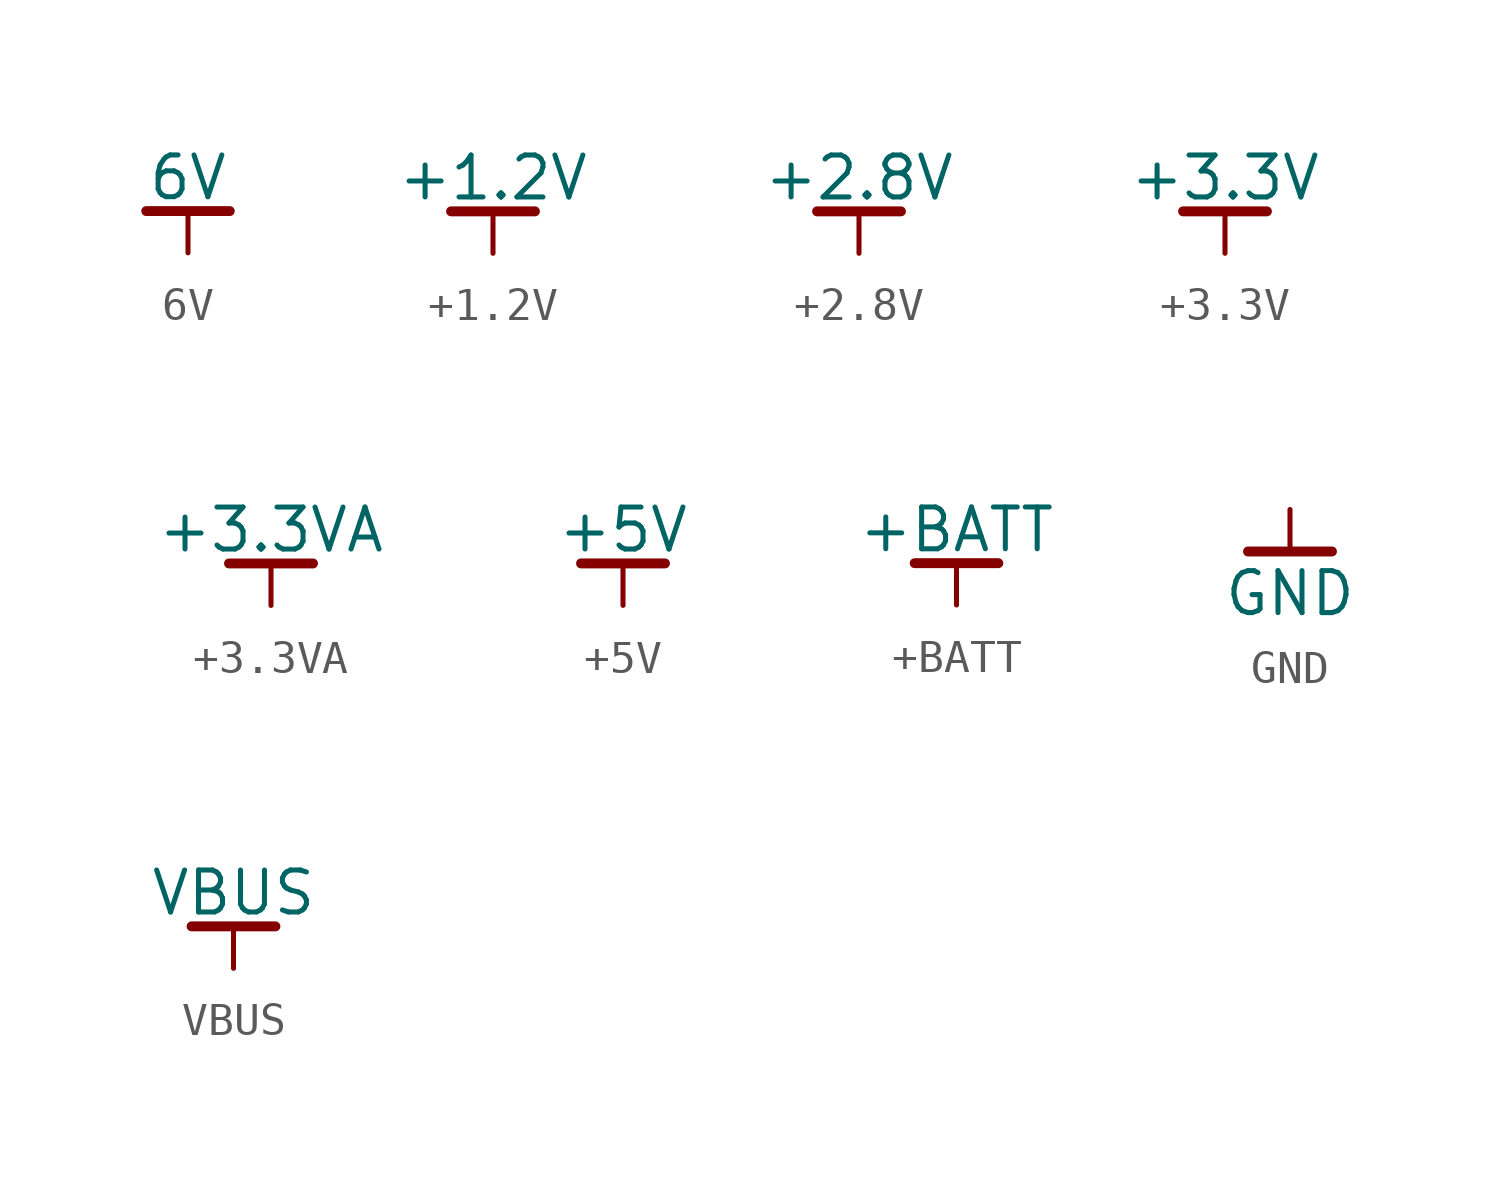
<source format=kicad_sym>
(kicad_symbol_lib
  (version 20220914)
  (generator kicad_symbol_editor)
  (symbol "6V"
    (power)
    (pin_names
      (offset 0))
    (property "Reference" "#PWR"
      (at 0 -5.08 0)
      (effects (font (size 1.27 1.27)) hide))
    (property "Value" "6V"
      (at 0 2.286 0)
      (effects (font (size 1.27 1.27))))
    (symbol "6V_0_1"
      (polyline (pts (xy 0 1.27) (xy 0 0)) (stroke (width 0) (type default)) (fill (type none))))
    (symbol "6V_1_1"
      (polyline (pts (xy 1.27 1.27) (xy -1.27 1.27)) (stroke (width 0.3) (type default)) (fill (type none)))
      (pin power_in line (at 0 0 90) (length 0) hide (name "+6V" (effects (font (size 1.27 1.27)))) (number "1" (effects (font (size 1.27 1.27)))))))
  (symbol "+1.2V"
    (power)
    (pin_names
      (offset 0))
    (property "Reference" "#PWR"
      (at 0 -5.08 0)
      (effects (font (size 1.27 1.27)) hide))
    (property "Value" "+1.2V"
      (at 0 2.286 0)
      (effects (font (size 1.27 1.27))))
    (symbol "+1.2V_0_1"
      (polyline (pts (xy 0 1.27) (xy 0 0)) (stroke (width 0) (type default)) (fill (type none))))
    (symbol "+1.2V_1_1"
      (polyline (pts (xy 1.27 1.27) (xy -1.27 1.27)) (stroke (width 0.3) (type default)) (fill (type none)))
      (pin power_in line (at 0 0 90) (length 0) hide (name "+1.2V" (effects (font (size 1.27 1.27)))) (number "1" (effects (font (size 1.27 1.27)))))))
  (symbol "+2.8V"
    (power)
    (pin_names
      (offset 0))
    (property "Reference" "#PWR"
      (at 0 -5.08 0)
      (effects (font (size 1.27 1.27)) hide))
    (property "Value" "+2.8V"
      (at 0 2.286 0)
      (effects (font (size 1.27 1.27))))
    (symbol "+2.8V_0_1"
      (polyline (pts (xy 0 1.27) (xy 0 0)) (stroke (width 0) (type default)) (fill (type none))))
    (symbol "+2.8V_1_1"
      (polyline (pts (xy 1.27 1.27) (xy -1.27 1.27)) (stroke (width 0.3) (type default)) (fill (type none)))
      (pin power_in line (at 0 0 90) (length 0) hide (name "+2.8V" (effects (font (size 1.27 1.27)))) (number "1" (effects (font (size 1.27 1.27)))))))
  (symbol "+3.3V"
    (power)
    (pin_names
      (offset 0))
    (property "Reference" "#PWR"
      (at 0 -5.08 0)
      (effects (font (size 1.27 1.27)) hide))
    (property "Value" "+3.3V"
      (at 0 2.286 0)
      (effects (font (size 1.27 1.27))))
    (symbol "+3.3V_0_1"
      (polyline (pts (xy 0 1.27) (xy 0 0)) (stroke (width 0) (type default)) (fill (type none))))
    (symbol "+3.3V_1_1"
      (polyline (pts (xy 1.27 1.27) (xy -1.27 1.27)) (stroke (width 0.3) (type default)) (fill (type none)))
      (pin power_in line (at 0 0 90) (length 0) hide (name "+3.3V" (effects (font (size 1.27 1.27)))) (number "1" (effects (font (size 1.27 1.27)))))))
  (symbol "+3.3VA"
    (power)
    (pin_names
      (offset 0))
    (property "Reference" "#PWR"
      (at 0 -5.08 0)
      (effects (font (size 1.27 1.27)) hide))
    (property "Value" "+3.3VA"
      (at 0 2.286 0)
      (effects (font (size 1.27 1.27))))
    (symbol "+3.3VA_0_1"
      (polyline (pts (xy 0 1.27) (xy 0 0)) (stroke (width 0) (type default)) (fill (type none))))
    (symbol "+3.3VA_1_1"
      (polyline (pts (xy 1.27 1.27) (xy -1.27 1.27)) (stroke (width 0.3) (type default)) (fill (type none)))
      (pin power_in line (at 0 0 90) (length 0) hide (name "+3.3VA" (effects (font (size 1.27 1.27)))) (number "1" (effects (font (size 1.27 1.27)))))))
  (symbol "+5V"
    (power)
    (pin_names
      (offset 0))
    (property "Reference" "#PWR"
      (at 0 -5.08 0)
      (effects (font (size 1.27 1.27)) hide))
    (property "Value" "+5V"
      (at 0 2.286 0)
      (effects (font (size 1.27 1.27))))
    (symbol "+5V_0_1"
      (polyline (pts (xy 0 1.27) (xy 0 0)) (stroke (width 0) (type default)) (fill (type none))))
    (symbol "+5V_1_1"
      (polyline (pts (xy 1.27 1.27) (xy -1.27 1.27)) (stroke (width 0.3) (type default)) (fill (type none)))
      (pin power_in line (at 0 0 90) (length 0) hide (name "+5V" (effects (font (size 1.27 1.27)))) (number "1" (effects (font (size 1.27 1.27)))))))
  (symbol "+BATT"
    (power)
    (pin_names
      (offset 0))
    (property "Reference" "#PWR"
      (at 0 -5.08 0)
      (effects (font (size 1.27 1.27)) hide))
    (property "Value" "+BATT"
      (at 0 2.286 0)
      (effects (font (size 1.27 1.27))))
    (symbol "+BATT_0_1"
      (polyline (pts (xy 0 1.27) (xy 0 0)) (stroke (width 0) (type default)) (fill (type none))))
    (symbol "+BATT_1_1"
      (polyline (pts (xy 1.27 1.27) (xy -1.27 1.27)) (stroke (width 0.3) (type default)) (fill (type none)))
      (pin power_in line (at 0 0 90) (length 0) hide (name "+BATT" (effects (font (size 1.27 1.27)))) (number "1" (effects (font (size 1.27 1.27)))))))
  (symbol "GND"
    (power)
    (pin_names
      (offset 0))
    (property "Reference" "#PWR"
      (at 0 -3.81 0)
      (effects (font (size 1.27 1.27)) hide))
    (property "Value" "GND"
      (at 0 -2.54 0)
      (effects (font (size 1.27 1.27))))
    (symbol "GND_1_1"
      (polyline (pts (xy -1.27 -1.27) (xy 1.27 -1.27)) (stroke (width 0.3) (type default)) (fill (type none)))
      (polyline (pts (xy 0 0) (xy 0 -1.27)) (stroke (width 0) (type default)) (fill (type none)))
      (pin power_in line (at 0 0 270) (length 0) hide (name "GND" (effects (font (size 1.27 1.27)))) (number "1" (effects (font (size 1.27 1.27)))))))
  (symbol "VBUS"
    (power)
    (pin_names
      (offset 0))
    (property "Reference" "#PWR"
      (at 0 -5.08 0)
      (effects (font (size 1.27 1.27)) hide))
    (property "Value" "VBUS"
      (at 0 2.286 0)
      (effects (font (size 1.27 1.27))))
    (symbol "VBUS_0_1"
      (polyline (pts (xy 0 1.27) (xy 0 0)) (stroke (width 0) (type default)) (fill (type none))))
    (symbol "VBUS_1_1"
      (polyline (pts (xy 1.27 1.27) (xy -1.27 1.27)) (stroke (width 0.3) (type default)) (fill (type none)))
      (pin power_in line (at 0 0 90) (length 0) hide (name "VBUS" (effects (font (size 1.27 1.27)))) (number "1" (effects (font (size 1.27 1.27))))))))
</source>
